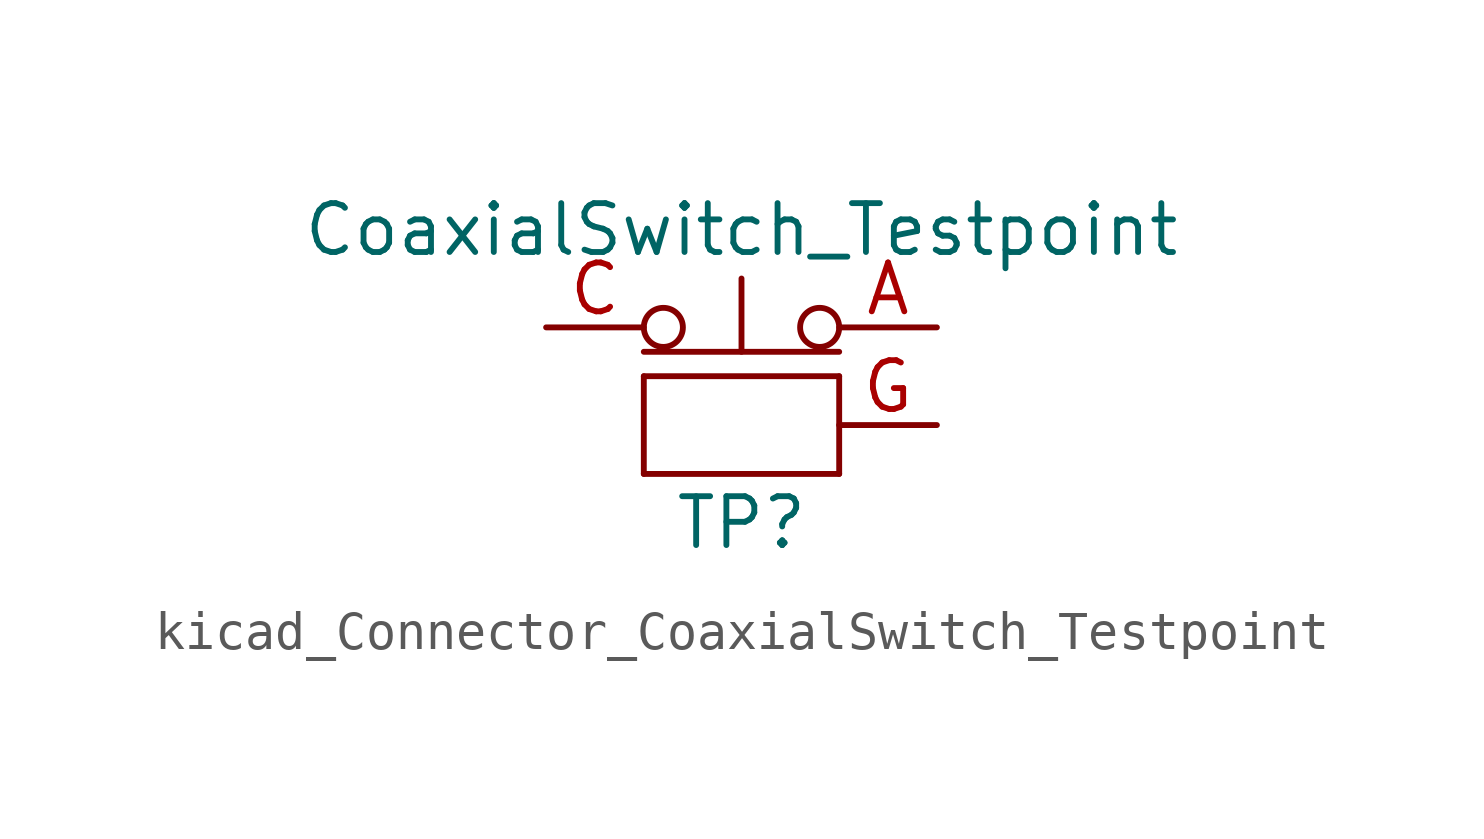
<source format=kicad_sym>
(kicad_symbol_lib
  (version 20220914)
  (generator kicad_symbol_editor)
  (symbol "kicad_Connector_CoaxialSwitch_Testpoint"
    (pin_names
      (offset 1.016) hide)
    (property "Reference" "TP"
      (at 0 -3.81 0)
      (effects (font (size 1.27 1.27))))
    (property "Value" "CoaxialSwitch_Testpoint"
      (at 0 3.81 0)
      (effects (font (size 1.27 1.27))))
    (symbol "kicad_Connector_CoaxialSwitch_Testpoint_0_1"
      (rectangle (start -2.54 -2.54) (end 2.54 -2.54) (stroke (width 0) (type default)) (fill (type none)))
      (rectangle (start -2.54 0) (end -2.54 -2.54) (stroke (width 0) (type default)) (fill (type none)))
      (rectangle (start 2.54 0) (end -2.54 0) (stroke (width 0) (type default)) (fill (type none)))
      (rectangle (start 2.54 0) (end 2.54 -2.54) (stroke (width 0) (type default)) (fill (type none))))
    (symbol "kicad_Connector_CoaxialSwitch_Testpoint_1_1"
      (circle (center -2.032 1.27) (radius 0.508) (stroke (width 0) (type default)) (fill (type none)))
      (polyline (pts (xy -2.54 0.635) (xy 2.54 0.635)) (stroke (width 0) (type default)) (fill (type none)))
      (polyline (pts (xy 0 0.635) (xy 0 2.54)) (stroke (width 0) (type default)) (fill (type none)))
      (circle (center 2.032 1.27) (radius 0.508) (stroke (width 0) (type default)) (fill (type none)))
      (pin passive line (at 5.08 1.27 180) (length 2.54) (name "A" (effects (font (size 1.27 1.27)))) (number "A" (effects (font (size 1.27 1.27)))))
      (pin passive line (at -5.08 1.27 0) (length 2.54) (name "C" (effects (font (size 1.27 1.27)))) (number "C" (effects (font (size 1.27 1.27)))))
      (pin passive line (at 5.08 -1.27 180) (length 2.54) (name "G" (effects (font (size 1.27 1.27)))) (number "G" (effects (font (size 1.27 1.27))))))))
</source>
